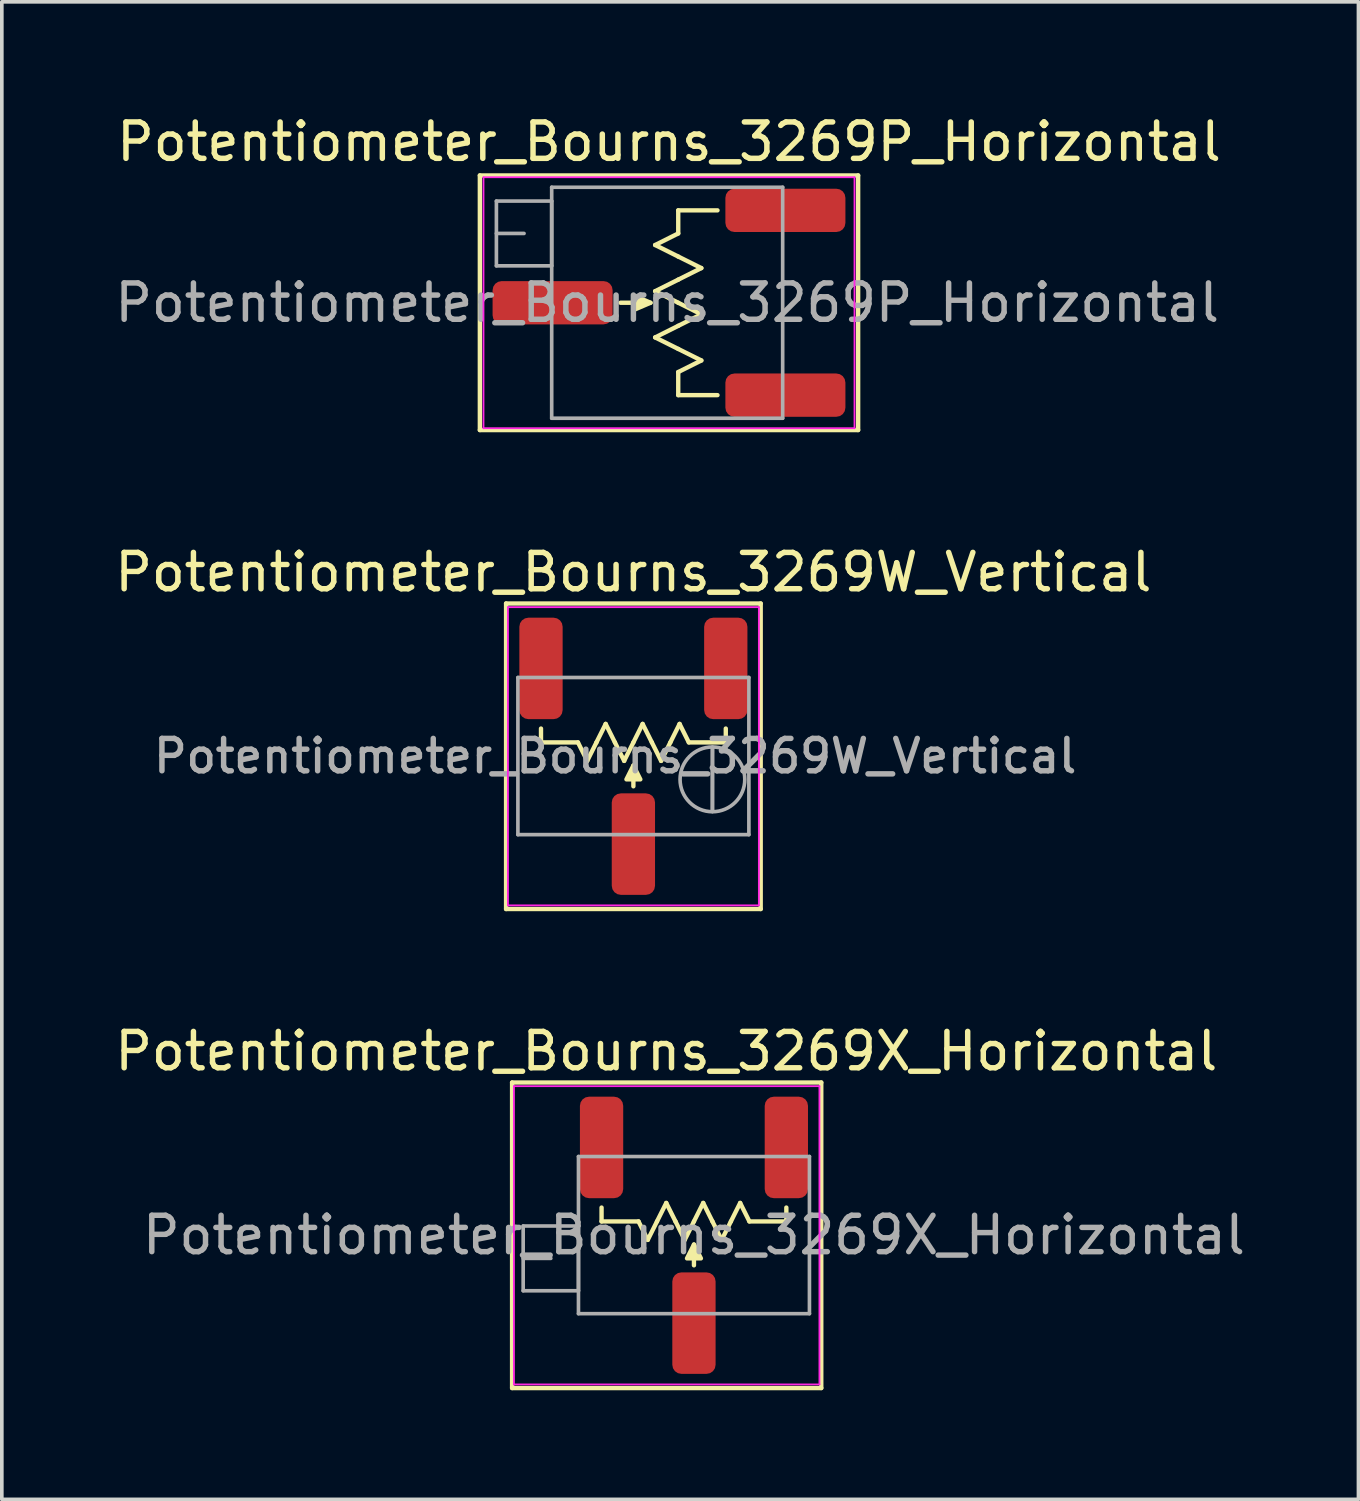
<source format=kicad_pcb>
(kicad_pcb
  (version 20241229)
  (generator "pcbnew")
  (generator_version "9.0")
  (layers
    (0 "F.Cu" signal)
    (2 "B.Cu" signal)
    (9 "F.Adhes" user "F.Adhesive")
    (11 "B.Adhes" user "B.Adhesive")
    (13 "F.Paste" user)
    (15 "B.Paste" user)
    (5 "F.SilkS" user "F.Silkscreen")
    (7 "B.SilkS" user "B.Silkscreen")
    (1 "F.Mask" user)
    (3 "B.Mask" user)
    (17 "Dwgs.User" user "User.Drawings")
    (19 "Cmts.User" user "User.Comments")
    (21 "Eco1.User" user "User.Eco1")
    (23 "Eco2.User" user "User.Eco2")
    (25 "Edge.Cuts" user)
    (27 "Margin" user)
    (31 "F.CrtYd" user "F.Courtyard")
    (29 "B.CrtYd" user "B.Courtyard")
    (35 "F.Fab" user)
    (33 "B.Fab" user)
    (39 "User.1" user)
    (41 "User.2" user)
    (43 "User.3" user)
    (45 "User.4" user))
  (footprint "Potentiometer_Bourns_3269P_Horizontal"
    (layer "F.Cu")
    (at 15.342 5.273)
    (property "Reference" "Potentiometer_Bourns_3269P_Horizontal" (at 0 -4.425 0) (layer "F.SilkS") (effects (font (size 1 1) (thickness 0.15))))
    (attr smd)
    (fp_line (start -5.2 -3.5) (end 5.2 -3.5) (stroke (width 0.12) (type solid)) (layer "F.SilkS"))
    (fp_line (start -5.2 3.5) (end -5.2 -3.5) (stroke (width 0.12) (type solid)) (layer "F.SilkS"))
    (fp_line (start -0.508 0) (end -1.333 0) (stroke (width 0.12) (type solid)) (layer "F.SilkS"))
    (fp_line (start -0.381 -1.587) (end 0.254 -1.27) (stroke (width 0.12) (type solid)) (layer "F.SilkS"))
    (fp_line (start -0.381 -0.318) (end 0.254 0) (stroke (width 0.12) (type solid)) (layer "F.SilkS"))
    (fp_line (start -0.381 0.953) (end 0.254 1.27) (stroke (width 0.12) (type solid)) (layer "F.SilkS"))
    (fp_line (start 0.254 -2.54) (end 1.333 -2.54) (stroke (width 0.12) (type solid)) (layer "F.SilkS"))
    (fp_line (start 0.254 -1.905) (end -0.381 -1.587) (stroke (width 0.12) (type solid)) (layer "F.SilkS"))
    (fp_line (start 0.254 -1.905) (end 0.254 -2.54) (stroke (width 0.12) (type solid)) (layer "F.SilkS"))
    (fp_line (start 0.254 -0.635) (end -0.381 -0.318) (stroke (width 0.12) (type solid)) (layer "F.SilkS"))
    (fp_line (start 0.254 -0.635) (end 0.889 -0.953) (stroke (width 0.12) (type solid)) (layer "F.SilkS"))
    (fp_line (start 0.254 0.635) (end -0.381 0.953) (stroke (width 0.12) (type solid)) (layer "F.SilkS"))
    (fp_line (start 0.254 0.635) (end 0.889 0.318) (stroke (width 0.12) (type solid)) (layer "F.SilkS"))
    (fp_line (start 0.254 1.905) (end 0.254 2.54) (stroke (width 0.12) (type solid)) (layer "F.SilkS"))
    (fp_line (start 0.254 1.905) (end 0.889 1.587) (stroke (width 0.12) (type solid)) (layer "F.SilkS"))
    (fp_line (start 0.254 2.54) (end 1.333 2.54) (stroke (width 0.12) (type solid)) (layer "F.SilkS"))
    (fp_line (start 0.889 -0.953) (end 0.254 -1.27) (stroke (width 0.12) (type solid)) (layer "F.SilkS"))
    (fp_line (start 0.889 0.318) (end 0.254 0) (stroke (width 0.12) (type solid)) (layer "F.SilkS"))
    (fp_line (start 0.889 1.587) (end 0.254 1.27) (stroke (width 0.12) (type solid)) (layer "F.SilkS"))
    (fp_line (start 5.2 -3.5) (end 5.2 3.5) (stroke (width 0.12) (type solid)) (layer "F.SilkS"))
    (fp_line (start 5.2 3.5) (end -5.2 3.5) (stroke (width 0.12) (type solid)) (layer "F.SilkS"))
    (fp_poly (pts (xy -0.508 0) (xy -0.953 0.191) (xy -0.953 -0.191)) (stroke (width 0.12) (type solid)) (fill yes) (layer "F.SilkS"))
    (fp_line (start -5.1 -3.45) (end -5.1 3.45) (stroke (width 0.05) (type solid)) (layer "F.CrtYd"))
    (fp_line (start -5.1 3.45) (end 5.1 3.45) (stroke (width 0.05) (type solid)) (layer "F.CrtYd"))
    (fp_line (start 5.1 -3.45) (end -5.1 -3.45) (stroke (width 0.05) (type solid)) (layer "F.CrtYd"))
    (fp_line (start 5.1 3.45) (end 5.1 -3.45) (stroke (width 0.05) (type solid)) (layer "F.CrtYd"))
    (fp_line (start -4.745 -2.795) (end -4.745 -1.015) (stroke (width 0.1) (type solid)) (layer "F.Fab"))
    (fp_line (start -4.745 -1.905) (end -3.985 -1.905) (stroke (width 0.1) (type solid)) (layer "F.Fab"))
    (fp_line (start -4.745 -1.015) (end -3.225 -1.015) (stroke (width 0.1) (type solid)) (layer "F.Fab"))
    (fp_line (start -3.225 -3.175) (end -3.225 3.175) (stroke (width 0.1) (type solid)) (layer "F.Fab"))
    (fp_line (start -3.225 -2.795) (end -4.745 -2.795) (stroke (width 0.1) (type solid)) (layer "F.Fab"))
    (fp_line (start -3.225 -1.015) (end -3.225 -2.795) (stroke (width 0.1) (type solid)) (layer "F.Fab"))
    (fp_line (start -3.225 3.175) (end 3.125 3.175) (stroke (width 0.1) (type solid)) (layer "F.Fab"))
    (fp_line (start 3.125 -3.175) (end -3.225 -3.175) (stroke (width 0.1) (type solid)) (layer "F.Fab"))
    (fp_line (start 3.125 3.175) (end 3.125 -3.175) (stroke (width 0.1) (type solid)) (layer "F.Fab"))
    (fp_text user "${REFERENCE}" (at -0.05 0 0) (layer "F.Fab") (effects (font (size 1 1) (thickness 0.15))))
    (pad "1" smd roundrect (at 3.2 -2.54) (size 3.3 1.19) (layers "F.Cu" "F.Mask" "F.Paste") (roundrect_rratio 0.21))
    (pad "2" smd roundrect (at -3.2 0) (size 3.3 1.19) (layers "F.Cu" "F.Mask" "F.Paste") (roundrect_rratio 0.21))
    (pad "3" smd roundrect (at 3.2 2.54) (size 3.3 1.19) (layers "F.Cu" "F.Mask" "F.Paste") (roundrect_rratio 0.21)))
  (footprint "Potentiometer_Bourns_3269X_Horizontal"
    (layer "F.Cu")
    (at 16.028 30.91)
    (property "Reference" "Potentiometer_Bourns_3269X_Horizontal" (at -0.76 -5.06 0) (layer "F.SilkS") (effects (font (size 1 1) (thickness 0.15))))
    (attr smd)
    (fp_line (start -5 -4.2) (end -5 4.2) (stroke (width 0.12) (type solid)) (layer "F.SilkS"))
    (fp_line (start -5 4.2) (end 3.5 4.2) (stroke (width 0.12) (type solid)) (layer "F.SilkS"))
    (fp_line (start -2.54 -0.381) (end -2.54 -0.762) (stroke (width 0.12) (type solid)) (layer "F.SilkS"))
    (fp_line (start -1.524 -0.381) (end -2.54 -0.381) (stroke (width 0.12) (type solid)) (layer "F.SilkS"))
    (fp_line (start -1.524 -0.381) (end -1.27 0.127) (stroke (width 0.12) (type solid)) (layer "F.SilkS"))
    (fp_line (start -1.27 0.127) (end -1.016 -0.381) (stroke (width 0.12) (type solid)) (layer "F.SilkS"))
    (fp_line (start -0.762 -0.889) (end -1.016 -0.381) (stroke (width 0.12) (type solid)) (layer "F.SilkS"))
    (fp_line (start -0.508 -0.381) (end -0.762 -0.889) (stroke (width 0.12) (type solid)) (layer "F.SilkS"))
    (fp_line (start -0.508 -0.381) (end -0.254 0.127) (stroke (width 0.12) (type solid)) (layer "F.SilkS"))
    (fp_line (start -0.254 0.127) (end 0 -0.381) (stroke (width 0.12) (type solid)) (layer "F.SilkS"))
    (fp_line (start 0 0.254) (end 0 0.826) (stroke (width 0.12) (type solid)) (layer "F.SilkS"))
    (fp_line (start 0.254 -0.889) (end 0 -0.381) (stroke (width 0.12) (type solid)) (layer "F.SilkS"))
    (fp_line (start 0.508 -0.381) (end 0.254 -0.889) (stroke (width 0.12) (type solid)) (layer "F.SilkS"))
    (fp_line (start 0.508 -0.381) (end 0.762 0.127) (stroke (width 0.12) (type solid)) (layer "F.SilkS"))
    (fp_line (start 0.762 0.127) (end 1.016 -0.381) (stroke (width 0.12) (type solid)) (layer "F.SilkS"))
    (fp_line (start 1.27 -0.889) (end 1.016 -0.381) (stroke (width 0.12) (type solid)) (layer "F.SilkS"))
    (fp_line (start 1.524 -0.381) (end 1.27 -0.889) (stroke (width 0.12) (type solid)) (layer "F.SilkS"))
    (fp_line (start 1.524 -0.381) (end 2.54 -0.381) (stroke (width 0.12) (type solid)) (layer "F.SilkS"))
    (fp_line (start 2.54 -0.381) (end 2.54 -0.762) (stroke (width 0.12) (type solid)) (layer "F.SilkS"))
    (fp_line (start 3.5 -4.2) (end -5 -4.2) (stroke (width 0.12) (type solid)) (layer "F.SilkS"))
    (fp_line (start 3.5 4.2) (end 3.5 -4.2) (stroke (width 0.12) (type solid)) (layer "F.SilkS"))
    (fp_poly (pts (xy 0 0.254) (xy 0.191 0.635) (xy -0.191 0.635) (xy 0 0.254)) (stroke (width 0.12) (type solid)) (fill yes) (layer "F.SilkS"))
    (fp_line (start -4.95 -4.1) (end -4.95 4.1) (stroke (width 0.05) (type solid)) (layer "F.CrtYd"))
    (fp_line (start -4.95 4.1) (end 3.45 4.1) (stroke (width 0.05) (type solid)) (layer "F.CrtYd"))
    (fp_line (start 3.45 -4.1) (end -4.95 -4.1) (stroke (width 0.05) (type solid)) (layer "F.CrtYd"))
    (fp_line (start 3.45 4.1) (end 3.45 -4.1) (stroke (width 0.05) (type solid)) (layer "F.CrtYd"))
    (fp_line (start -4.695 -0.255) (end -4.695 1.525) (stroke (width 0.1) (type solid)) (layer "F.Fab"))
    (fp_line (start -4.695 0.635) (end -3.935 0.635) (stroke (width 0.1) (type solid)) (layer "F.Fab"))
    (fp_line (start -4.695 1.525) (end -3.175 1.525) (stroke (width 0.1) (type solid)) (layer "F.Fab"))
    (fp_line (start -3.175 -2.165) (end -3.175 2.155) (stroke (width 0.1) (type solid)) (layer "F.Fab"))
    (fp_line (start -3.175 -0.255) (end -4.695 -0.255) (stroke (width 0.1) (type solid)) (layer "F.Fab"))
    (fp_line (start -3.175 1.525) (end -3.175 -0.255) (stroke (width 0.1) (type solid)) (layer "F.Fab"))
    (fp_line (start -3.175 2.155) (end 3.175 2.155) (stroke (width 0.1) (type solid)) (layer "F.Fab"))
    (fp_line (start 3.175 -2.165) (end -3.175 -2.165) (stroke (width 0.1) (type solid)) (layer "F.Fab"))
    (fp_line (start 3.175 2.155) (end 3.175 -2.165) (stroke (width 0.1) (type solid)) (layer "F.Fab"))
    (fp_text user "${REFERENCE}" (at 0 -0.005 0) (layer "F.Fab") (effects (font (size 1 1) (thickness 0.15))))
    (pad "1" smd roundrect (at 2.54 -2.415) (size 1.19 2.79) (layers "F.Cu" "F.Mask" "F.Paste") (roundrect_rratio 0.21))
    (pad "2" smd roundrect (at 0 2.415) (size 1.19 2.79) (layers "F.Cu" "F.Mask" "F.Paste") (roundrect_rratio 0.21))
    (pad "3" smd roundrect (at -2.54 -2.415) (size 1.19 2.79) (layers "F.Cu" "F.Mask" "F.Paste") (roundrect_rratio 0.21)))
  (footprint "Potentiometer_Bourns_3269W_Vertical"
    (layer "F.Cu")
    (at 14.363 17.741)
    (property "Reference" "Potentiometer_Bourns_3269W_Vertical" (at 0 -5.06 0) (layer "F.SilkS") (effects (font (size 1 1) (thickness 0.15))))
    (attr smd)
    (fp_line (start -3.5 -4.2) (end 3.5 -4.2) (stroke (width 0.12) (type solid)) (layer "F.SilkS"))
    (fp_line (start -3.5 4.2) (end -3.5 -4.2) (stroke (width 0.12) (type solid)) (layer "F.SilkS"))
    (fp_line (start -2.54 -0.381) (end -2.54 -0.762) (stroke (width 0.12) (type solid)) (layer "F.SilkS"))
    (fp_line (start -1.524 -0.381) (end -2.54 -0.381) (stroke (width 0.12) (type solid)) (layer "F.SilkS"))
    (fp_line (start -1.524 -0.381) (end -1.27 0.127) (stroke (width 0.12) (type solid)) (layer "F.SilkS"))
    (fp_line (start -1.27 0.127) (end -1.016 -0.381) (stroke (width 0.12) (type solid)) (layer "F.SilkS"))
    (fp_line (start -0.762 -0.889) (end -1.016 -0.381) (stroke (width 0.12) (type solid)) (layer "F.SilkS"))
    (fp_line (start -0.508 -0.381) (end -0.762 -0.889) (stroke (width 0.12) (type solid)) (layer "F.SilkS"))
    (fp_line (start -0.508 -0.381) (end -0.254 0.127) (stroke (width 0.12) (type solid)) (layer "F.SilkS"))
    (fp_line (start -0.254 0.127) (end 0 -0.381) (stroke (width 0.12) (type solid)) (layer "F.SilkS"))
    (fp_line (start 0 0.254) (end 0 0.826) (stroke (width 0.12) (type solid)) (layer "F.SilkS"))
    (fp_line (start 0.254 -0.889) (end 0 -0.381) (stroke (width 0.12) (type solid)) (layer "F.SilkS"))
    (fp_line (start 0.508 -0.381) (end 0.254 -0.889) (stroke (width 0.12) (type solid)) (layer "F.SilkS"))
    (fp_line (start 0.508 -0.381) (end 0.762 0.127) (stroke (width 0.12) (type solid)) (layer "F.SilkS"))
    (fp_line (start 0.762 0.127) (end 1.016 -0.381) (stroke (width 0.12) (type solid)) (layer "F.SilkS"))
    (fp_line (start 1.27 -0.889) (end 1.016 -0.381) (stroke (width 0.12) (type solid)) (layer "F.SilkS"))
    (fp_line (start 1.524 -0.381) (end 1.27 -0.889) (stroke (width 0.12) (type solid)) (layer "F.SilkS"))
    (fp_line (start 1.524 -0.381) (end 2.54 -0.381) (stroke (width 0.12) (type solid)) (layer "F.SilkS"))
    (fp_line (start 2.54 -0.381) (end 2.54 -0.762) (stroke (width 0.12) (type solid)) (layer "F.SilkS"))
    (fp_line (start 3.5 -4.2) (end 3.5 4.2) (stroke (width 0.12) (type solid)) (layer "F.SilkS"))
    (fp_line (start 3.5 4.2) (end -3.5 4.2) (stroke (width 0.12) (type solid)) (layer "F.SilkS"))
    (fp_poly (pts (xy 0 0.254) (xy 0.191 0.635) (xy -0.191 0.635) (xy 0 0.254)) (stroke (width 0.12) (type solid)) (fill yes) (layer "F.SilkS"))
    (fp_line (start -3.45 -4.1) (end -3.45 4.1) (stroke (width 0.05) (type solid)) (layer "F.CrtYd"))
    (fp_line (start -3.45 4.1) (end 3.45 4.1) (stroke (width 0.05) (type solid)) (layer "F.CrtYd"))
    (fp_line (start 3.45 -4.1) (end -3.45 -4.1) (stroke (width 0.05) (type solid)) (layer "F.CrtYd"))
    (fp_line (start 3.45 4.1) (end 3.45 -4.1) (stroke (width 0.05) (type solid)) (layer "F.CrtYd"))
    (fp_line (start -3.175 -2.165) (end -3.175 2.155) (stroke (width 0.1) (type solid)) (layer "F.Fab"))
    (fp_line (start -3.175 2.155) (end 3.175 2.155) (stroke (width 0.1) (type solid)) (layer "F.Fab"))
    (fp_line (start 2.173 1.517) (end 2.174 -0.246) (stroke (width 0.1) (type solid)) (layer "F.Fab"))
    (fp_line (start 2.173 1.517) (end 2.174 -0.246) (stroke (width 0.1) (type solid)) (layer "F.Fab"))
    (fp_line (start 3.175 -2.165) (end -3.175 -2.165) (stroke (width 0.1) (type solid)) (layer "F.Fab"))
    (fp_line (start 3.175 2.155) (end 3.175 -2.165) (stroke (width 0.1) (type solid)) (layer "F.Fab"))
    (fp_circle (center 2.173 0.635) (end 3.063 0.635) (stroke (width 0.1) (type solid)) (fill no) (layer "F.Fab"))
    (fp_text user "${REFERENCE}" (at -0.501 -0.005 0) (layer "F.Fab") (effects (font (size 0.89 0.89) (thickness 0.15))))
    (pad "1" smd roundrect (at 2.54 -2.415) (size 1.19 2.79) (layers "F.Cu" "F.Mask" "F.Paste") (roundrect_rratio 0.21))
    (pad "2" smd roundrect (at 0 2.415) (size 1.19 2.79) (layers "F.Cu" "F.Mask" "F.Paste") (roundrect_rratio 0.21))
    (pad "3" smd roundrect (at -2.54 -2.415) (size 1.19 2.79) (layers "F.Cu" "F.Mask" "F.Paste") (roundrect_rratio 0.21)))
  (gr_rect
    (start -3 -3)
    (end 34.296 38.17)
    (stroke (width 0.1) (type default))
    (fill no)
    (layer "Edge.Cuts")))
</source>
